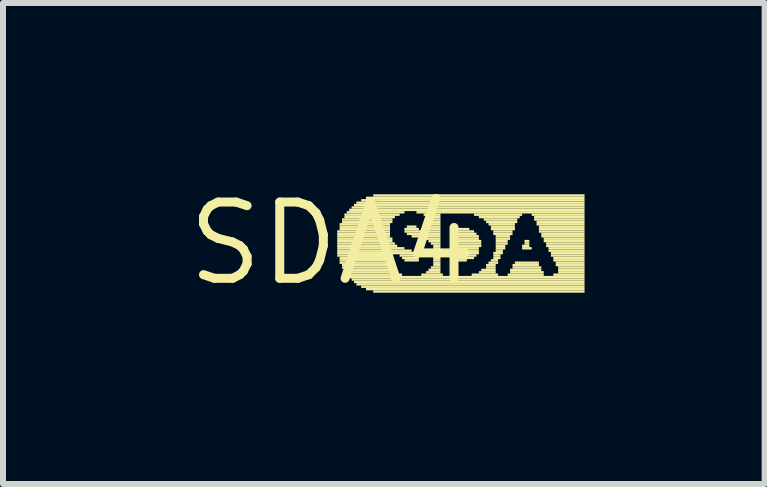
<source format=kicad_pcb>
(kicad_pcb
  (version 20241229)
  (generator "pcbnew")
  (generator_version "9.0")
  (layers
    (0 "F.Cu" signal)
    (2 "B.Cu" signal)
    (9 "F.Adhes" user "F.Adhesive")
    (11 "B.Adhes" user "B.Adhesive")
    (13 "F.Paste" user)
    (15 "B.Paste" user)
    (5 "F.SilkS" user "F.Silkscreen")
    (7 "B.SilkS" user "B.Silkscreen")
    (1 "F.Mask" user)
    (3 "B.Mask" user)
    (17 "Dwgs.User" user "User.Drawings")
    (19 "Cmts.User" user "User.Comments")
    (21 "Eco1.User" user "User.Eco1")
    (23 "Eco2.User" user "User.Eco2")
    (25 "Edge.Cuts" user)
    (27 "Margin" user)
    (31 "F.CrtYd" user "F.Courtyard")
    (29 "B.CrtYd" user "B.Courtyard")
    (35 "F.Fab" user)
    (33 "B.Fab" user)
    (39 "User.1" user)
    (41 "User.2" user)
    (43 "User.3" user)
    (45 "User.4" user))
  (footprint "SDA4"
    (layer "F.Cu")
    (at 2.487 1.006)
    (property "Reference" "SDA4" (at 0 0 0) (layer "F.SilkS") (effects (font (size 1.27 1.27) (thickness 0.15))))
    (attr through_hole)
    (fp_poly (pts (xy 0.08 -0.18) (xy 0.96 -0.18) (xy 0.96 -0.22) (xy 0.08 -0.22)) (stroke (width 0) (type solid)) (fill yes) (layer "F.SilkS"))
    (fp_poly (pts (xy 0.08 -0.14) (xy 0.96 -0.14) (xy 0.96 -0.18) (xy 0.08 -0.18)) (stroke (width 0) (type solid)) (fill yes) (layer "F.SilkS"))
    (fp_poly (pts (xy 0.08 -0.1) (xy 0.96 -0.1) (xy 0.96 -0.14) (xy 0.08 -0.14)) (stroke (width 0) (type solid)) (fill yes) (layer "F.SilkS"))
    (fp_poly (pts (xy 0.08 -0.06) (xy 1 -0.06) (xy 1 -0.1) (xy 0.08 -0.1)) (stroke (width 0) (type solid)) (fill yes) (layer "F.SilkS"))
    (fp_poly (pts (xy 0.08 -0.02) (xy 1 -0.02) (xy 1 -0.06) (xy 0.08 -0.06)) (stroke (width 0) (type solid)) (fill yes) (layer "F.SilkS"))
    (fp_poly (pts (xy 0.08 0.02) (xy 1.04 0.02) (xy 1.04 -0.02) (xy 0.08 -0.02)) (stroke (width 0) (type solid)) (fill yes) (layer "F.SilkS"))
    (fp_poly (pts (xy 0.08 0.06) (xy 1.08 0.06) (xy 1.08 0.02) (xy 0.08 0.02)) (stroke (width 0) (type solid)) (fill yes) (layer "F.SilkS"))
    (fp_poly (pts (xy 0.08 0.1) (xy 1.2 0.1) (xy 1.2 0.06) (xy 0.08 0.06)) (stroke (width 0) (type solid)) (fill yes) (layer "F.SilkS"))
    (fp_poly (pts (xy 0.08 0.14) (xy 1.32 0.14) (xy 1.32 0.1) (xy 0.08 0.1)) (stroke (width 0) (type solid)) (fill yes) (layer "F.SilkS"))
    (fp_poly (pts (xy 0.08 0.18) (xy 1.44 0.18) (xy 1.44 0.14) (xy 0.08 0.14)) (stroke (width 0) (type solid)) (fill yes) (layer "F.SilkS"))
    (fp_poly (pts (xy 0.08 0.22) (xy 1 0.22) (xy 1 0.18) (xy 0.08 0.18)) (stroke (width 0) (type solid)) (fill yes) (layer "F.SilkS"))
    (fp_poly (pts (xy 0.12 -0.3) (xy 0.96 -0.3) (xy 0.96 -0.34) (xy 0.12 -0.34)) (stroke (width 0) (type solid)) (fill yes) (layer "F.SilkS"))
    (fp_poly (pts (xy 0.12 -0.26) (xy 0.96 -0.26) (xy 0.96 -0.3) (xy 0.12 -0.3)) (stroke (width 0) (type solid)) (fill yes) (layer "F.SilkS"))
    (fp_poly (pts (xy 0.12 -0.22) (xy 0.96 -0.22) (xy 0.96 -0.26) (xy 0.12 -0.26)) (stroke (width 0) (type solid)) (fill yes) (layer "F.SilkS"))
    (fp_poly (pts (xy 0.12 0.26) (xy 0.96 0.26) (xy 0.96 0.22) (xy 0.12 0.22)) (stroke (width 0) (type solid)) (fill yes) (layer "F.SilkS"))
    (fp_poly (pts (xy 0.12 0.3) (xy 0.96 0.3) (xy 0.96 0.26) (xy 0.12 0.26)) (stroke (width 0) (type solid)) (fill yes) (layer "F.SilkS"))
    (fp_poly (pts (xy 0.12 0.34) (xy 0.96 0.34) (xy 0.96 0.3) (xy 0.12 0.3)) (stroke (width 0) (type solid)) (fill yes) (layer "F.SilkS"))
    (fp_poly (pts (xy 0.16 -0.38) (xy 1 -0.38) (xy 1 -0.42) (xy 0.16 -0.42)) (stroke (width 0) (type solid)) (fill yes) (layer "F.SilkS"))
    (fp_poly (pts (xy 0.16 -0.34) (xy 1 -0.34) (xy 1 -0.38) (xy 0.16 -0.38)) (stroke (width 0) (type solid)) (fill yes) (layer "F.SilkS"))
    (fp_poly (pts (xy 0.16 0.38) (xy 0.96 0.38) (xy 0.96 0.34) (xy 0.16 0.34)) (stroke (width 0) (type solid)) (fill yes) (layer "F.SilkS"))
    (fp_poly (pts (xy 0.16 0.42) (xy 1 0.42) (xy 1 0.38) (xy 0.16 0.38)) (stroke (width 0) (type solid)) (fill yes) (layer "F.SilkS"))
    (fp_poly (pts (xy 0.2 -0.46) (xy 1.12 -0.46) (xy 1.12 -0.5) (xy 0.2 -0.5)) (stroke (width 0) (type solid)) (fill yes) (layer "F.SilkS"))
    (fp_poly (pts (xy 0.2 -0.42) (xy 1.04 -0.42) (xy 1.04 -0.46) (xy 0.2 -0.46)) (stroke (width 0) (type solid)) (fill yes) (layer "F.SilkS"))
    (fp_poly (pts (xy 0.2 0.46) (xy 1 0.46) (xy 1 0.42) (xy 0.2 0.42)) (stroke (width 0) (type solid)) (fill yes) (layer "F.SilkS"))
    (fp_poly (pts (xy 0.2 0.5) (xy 1.08 0.5) (xy 1.08 0.46) (xy 0.2 0.46)) (stroke (width 0) (type solid)) (fill yes) (layer "F.SilkS"))
    (fp_poly (pts (xy 0.24 -0.5) (xy 1.2 -0.5) (xy 1.2 -0.54) (xy 0.24 -0.54)) (stroke (width 0) (type solid)) (fill yes) (layer "F.SilkS"))
    (fp_poly (pts (xy 0.24 0.54) (xy 1.16 0.54) (xy 1.16 0.5) (xy 0.24 0.5)) (stroke (width 0) (type solid)) (fill yes) (layer "F.SilkS"))
    (fp_poly (pts (xy 0.28 -0.54) (xy 4.2 -0.54) (xy 4.2 -0.58) (xy 0.28 -0.58)) (stroke (width 0) (type solid)) (fill yes) (layer "F.SilkS"))
    (fp_poly (pts (xy 0.28 0.58) (xy 4.2 0.58) (xy 4.2 0.54) (xy 0.28 0.54)) (stroke (width 0) (type solid)) (fill yes) (layer "F.SilkS"))
    (fp_poly (pts (xy 0.32 -0.58) (xy 4.2 -0.58) (xy 4.2 -0.62) (xy 0.32 -0.62)) (stroke (width 0) (type solid)) (fill yes) (layer "F.SilkS"))
    (fp_poly (pts (xy 0.32 0.62) (xy 4.2 0.62) (xy 4.2 0.58) (xy 0.32 0.58)) (stroke (width 0) (type solid)) (fill yes) (layer "F.SilkS"))
    (fp_poly (pts (xy 0.36 -0.62) (xy 4.2 -0.62) (xy 4.2 -0.66) (xy 0.36 -0.66)) (stroke (width 0) (type solid)) (fill yes) (layer "F.SilkS"))
    (fp_poly (pts (xy 0.36 0.66) (xy 4.2 0.66) (xy 4.2 0.62) (xy 0.36 0.62)) (stroke (width 0) (type solid)) (fill yes) (layer "F.SilkS"))
    (fp_poly (pts (xy 0.4 -0.66) (xy 4.2 -0.66) (xy 4.2 -0.7) (xy 0.4 -0.7)) (stroke (width 0) (type solid)) (fill yes) (layer "F.SilkS"))
    (fp_poly (pts (xy 0.4 0.7) (xy 4.2 0.7) (xy 4.2 0.66) (xy 0.4 0.66)) (stroke (width 0) (type solid)) (fill yes) (layer "F.SilkS"))
    (fp_poly (pts (xy 0.48 -0.7) (xy 4.2 -0.7) (xy 4.2 -0.74) (xy 0.48 -0.74)) (stroke (width 0) (type solid)) (fill yes) (layer "F.SilkS"))
    (fp_poly (pts (xy 0.48 0.74) (xy 4.2 0.74) (xy 4.2 0.7) (xy 0.48 0.7)) (stroke (width 0) (type solid)) (fill yes) (layer "F.SilkS"))
    (fp_poly (pts (xy 0.56 -0.74) (xy 4.2 -0.74) (xy 4.2 -0.78) (xy 0.56 -0.78)) (stroke (width 0) (type solid)) (fill yes) (layer "F.SilkS"))
    (fp_poly (pts (xy 0.56 0.78) (xy 4.2 0.78) (xy 4.2 0.74) (xy 0.56 0.74)) (stroke (width 0) (type solid)) (fill yes) (layer "F.SilkS"))
    (fp_poly (pts (xy 0.68 -0.78) (xy 4.2 -0.78) (xy 4.2 -0.82) (xy 0.68 -0.82)) (stroke (width 0) (type solid)) (fill yes) (layer "F.SilkS"))
    (fp_poly (pts (xy 0.68 0.82) (xy 4.2 0.82) (xy 4.2 0.78) (xy 0.68 0.78)) (stroke (width 0) (type solid)) (fill yes) (layer "F.SilkS"))
    (fp_poly (pts (xy 1.12 0.22) (xy 1.44 0.22) (xy 1.44 0.18) (xy 1.12 0.18)) (stroke (width 0) (type solid)) (fill yes) (layer "F.SilkS"))
    (fp_poly (pts (xy 1.16 0.26) (xy 1.44 0.26) (xy 1.44 0.22) (xy 1.16 0.22)) (stroke (width 0) (type solid)) (fill yes) (layer "F.SilkS"))
    (fp_poly (pts (xy 1.2 -0.22) (xy 1.44 -0.22) (xy 1.44 -0.26) (xy 1.2 -0.26)) (stroke (width 0) (type solid)) (fill yes) (layer "F.SilkS"))
    (fp_poly (pts (xy 1.2 -0.18) (xy 1.8 -0.18) (xy 1.8 -0.22) (xy 1.2 -0.22)) (stroke (width 0) (type solid)) (fill yes) (layer "F.SilkS"))
    (fp_poly (pts (xy 1.2 0.3) (xy 1.44 0.3) (xy 1.44 0.26) (xy 1.2 0.26)) (stroke (width 0) (type solid)) (fill yes) (layer "F.SilkS"))
    (fp_poly (pts (xy 1.24 -0.26) (xy 1.4 -0.26) (xy 1.4 -0.3) (xy 1.24 -0.3)) (stroke (width 0) (type solid)) (fill yes) (layer "F.SilkS"))
    (fp_poly (pts (xy 1.24 -0.14) (xy 1.8 -0.14) (xy 1.8 -0.18) (xy 1.24 -0.18)) (stroke (width 0) (type solid)) (fill yes) (layer "F.SilkS"))
    (fp_poly (pts (xy 1.32 -0.1) (xy 1.8 -0.1) (xy 1.8 -0.14) (xy 1.32 -0.14)) (stroke (width 0) (type solid)) (fill yes) (layer "F.SilkS"))
    (fp_poly (pts (xy 1.4 -0.5) (xy 4.2 -0.5) (xy 4.2 -0.54) (xy 1.4 -0.54)) (stroke (width 0) (type solid)) (fill yes) (layer "F.SilkS"))
    (fp_poly (pts (xy 1.48 -0.06) (xy 1.8 -0.06) (xy 1.8 -0.1) (xy 1.48 -0.1)) (stroke (width 0) (type solid)) (fill yes) (layer "F.SilkS"))
    (fp_poly (pts (xy 1.48 0.54) (xy 1.84 0.54) (xy 1.84 0.5) (xy 1.48 0.5)) (stroke (width 0) (type solid)) (fill yes) (layer "F.SilkS"))
    (fp_poly (pts (xy 1.52 -0.46) (xy 1.8 -0.46) (xy 1.8 -0.5) (xy 1.52 -0.5)) (stroke (width 0) (type solid)) (fill yes) (layer "F.SilkS"))
    (fp_poly (pts (xy 1.56 -0.22) (xy 1.8 -0.22) (xy 1.8 -0.26) (xy 1.56 -0.26)) (stroke (width 0) (type solid)) (fill yes) (layer "F.SilkS"))
    (fp_poly (pts (xy 1.56 0.5) (xy 1.8 0.5) (xy 1.8 0.46) (xy 1.56 0.46)) (stroke (width 0) (type solid)) (fill yes) (layer "F.SilkS"))
    (fp_poly (pts (xy 1.6 -0.42) (xy 1.8 -0.42) (xy 1.8 -0.46) (xy 1.6 -0.46)) (stroke (width 0) (type solid)) (fill yes) (layer "F.SilkS"))
    (fp_poly (pts (xy 1.6 -0.26) (xy 1.8 -0.26) (xy 1.8 -0.3) (xy 1.6 -0.3)) (stroke (width 0) (type solid)) (fill yes) (layer "F.SilkS"))
    (fp_poly (pts (xy 1.6 -0.02) (xy 1.8 -0.02) (xy 1.8 -0.06) (xy 1.6 -0.06)) (stroke (width 0) (type solid)) (fill yes) (layer "F.SilkS"))
    (fp_poly (pts (xy 1.6 0.46) (xy 1.8 0.46) (xy 1.8 0.42) (xy 1.6 0.42)) (stroke (width 0) (type solid)) (fill yes) (layer "F.SilkS"))
    (fp_poly (pts (xy 1.64 -0.38) (xy 1.8 -0.38) (xy 1.8 -0.42) (xy 1.64 -0.42)) (stroke (width 0) (type solid)) (fill yes) (layer "F.SilkS"))
    (fp_poly (pts (xy 1.64 -0.34) (xy 1.8 -0.34) (xy 1.8 -0.38) (xy 1.64 -0.38)) (stroke (width 0) (type solid)) (fill yes) (layer "F.SilkS"))
    (fp_poly (pts (xy 1.64 -0.3) (xy 1.8 -0.3) (xy 1.8 -0.34) (xy 1.64 -0.34)) (stroke (width 0) (type solid)) (fill yes) (layer "F.SilkS"))
    (fp_poly (pts (xy 1.64 0.02) (xy 1.8 0.02) (xy 1.8 -0.02) (xy 1.64 -0.02)) (stroke (width 0) (type solid)) (fill yes) (layer "F.SilkS"))
    (fp_poly (pts (xy 1.64 0.42) (xy 1.8 0.42) (xy 1.8 0.38) (xy 1.64 0.38)) (stroke (width 0) (type solid)) (fill yes) (layer "F.SilkS"))
    (fp_poly (pts (xy 1.68 0.06) (xy 1.8 0.06) (xy 1.8 0.02) (xy 1.68 0.02)) (stroke (width 0) (type solid)) (fill yes) (layer "F.SilkS"))
    (fp_poly (pts (xy 1.68 0.1) (xy 1.8 0.1) (xy 1.8 0.06) (xy 1.68 0.06)) (stroke (width 0) (type solid)) (fill yes) (layer "F.SilkS"))
    (fp_poly (pts (xy 1.68 0.14) (xy 1.8 0.14) (xy 1.8 0.1) (xy 1.68 0.1)) (stroke (width 0) (type solid)) (fill yes) (layer "F.SilkS"))
    (fp_poly (pts (xy 1.68 0.18) (xy 1.8 0.18) (xy 1.8 0.14) (xy 1.68 0.14)) (stroke (width 0) (type solid)) (fill yes) (layer "F.SilkS"))
    (fp_poly (pts (xy 1.68 0.26) (xy 1.8 0.26) (xy 1.8 0.22) (xy 1.68 0.22)) (stroke (width 0) (type solid)) (fill yes) (layer "F.SilkS"))
    (fp_poly (pts (xy 1.68 0.3) (xy 1.8 0.3) (xy 1.8 0.26) (xy 1.68 0.26)) (stroke (width 0) (type solid)) (fill yes) (layer "F.SilkS"))
    (fp_poly (pts (xy 1.68 0.34) (xy 1.8 0.34) (xy 1.8 0.3) (xy 1.68 0.3)) (stroke (width 0) (type solid)) (fill yes) (layer "F.SilkS"))
    (fp_poly (pts (xy 1.68 0.38) (xy 1.8 0.38) (xy 1.8 0.34) (xy 1.68 0.34)) (stroke (width 0) (type solid)) (fill yes) (layer "F.SilkS"))
    (fp_poly (pts (xy 1.72 0.22) (xy 1.8 0.22) (xy 1.8 0.18) (xy 1.72 0.18)) (stroke (width 0) (type solid)) (fill yes) (layer "F.SilkS"))
    (fp_poly (pts (xy 2.04 -0.22) (xy 2.28 -0.22) (xy 2.28 -0.26) (xy 2.04 -0.26)) (stroke (width 0) (type solid)) (fill yes) (layer "F.SilkS"))
    (fp_poly (pts (xy 2.04 -0.18) (xy 2.36 -0.18) (xy 2.36 -0.22) (xy 2.04 -0.22)) (stroke (width 0) (type solid)) (fill yes) (layer "F.SilkS"))
    (fp_poly (pts (xy 2.04 -0.14) (xy 2.4 -0.14) (xy 2.4 -0.18) (xy 2.04 -0.18)) (stroke (width 0) (type solid)) (fill yes) (layer "F.SilkS"))
    (fp_poly (pts (xy 2.04 -0.1) (xy 2.44 -0.1) (xy 2.44 -0.14) (xy 2.04 -0.14)) (stroke (width 0) (type solid)) (fill yes) (layer "F.SilkS"))
    (fp_poly (pts (xy 2.04 -0.06) (xy 2.44 -0.06) (xy 2.44 -0.1) (xy 2.04 -0.1)) (stroke (width 0) (type solid)) (fill yes) (layer "F.SilkS"))
    (fp_poly (pts (xy 2.04 -0.02) (xy 2.48 -0.02) (xy 2.48 -0.06) (xy 2.04 -0.06)) (stroke (width 0) (type solid)) (fill yes) (layer "F.SilkS"))
    (fp_poly (pts (xy 2.04 0.02) (xy 2.48 0.02) (xy 2.48 -0.02) (xy 2.04 -0.02)) (stroke (width 0) (type solid)) (fill yes) (layer "F.SilkS"))
    (fp_poly (pts (xy 2.04 0.06) (xy 2.48 0.06) (xy 2.48 0.02) (xy 2.04 0.02)) (stroke (width 0) (type solid)) (fill yes) (layer "F.SilkS"))
    (fp_poly (pts (xy 2.04 0.1) (xy 2.44 0.1) (xy 2.44 0.06) (xy 2.04 0.06)) (stroke (width 0) (type solid)) (fill yes) (layer "F.SilkS"))
    (fp_poly (pts (xy 2.04 0.14) (xy 2.44 0.14) (xy 2.44 0.1) (xy 2.04 0.1)) (stroke (width 0) (type solid)) (fill yes) (layer "F.SilkS"))
    (fp_poly (pts (xy 2.04 0.18) (xy 2.44 0.18) (xy 2.44 0.14) (xy 2.04 0.14)) (stroke (width 0) (type solid)) (fill yes) (layer "F.SilkS"))
    (fp_poly (pts (xy 2.04 0.22) (xy 2.4 0.22) (xy 2.4 0.18) (xy 2.04 0.18)) (stroke (width 0) (type solid)) (fill yes) (layer "F.SilkS"))
    (fp_poly (pts (xy 2.04 0.26) (xy 2.36 0.26) (xy 2.36 0.22) (xy 2.04 0.22)) (stroke (width 0) (type solid)) (fill yes) (layer "F.SilkS"))
    (fp_poly (pts (xy 2.08 0.3) (xy 2.24 0.3) (xy 2.24 0.26) (xy 2.08 0.26)) (stroke (width 0) (type solid)) (fill yes) (layer "F.SilkS"))
    (fp_poly (pts (xy 2.32 0.54) (xy 2.76 0.54) (xy 2.76 0.5) (xy 2.32 0.5)) (stroke (width 0) (type solid)) (fill yes) (layer "F.SilkS"))
    (fp_poly (pts (xy 2.36 -0.46) (xy 3.16 -0.46) (xy 3.16 -0.5) (xy 2.36 -0.5)) (stroke (width 0) (type solid)) (fill yes) (layer "F.SilkS"))
    (fp_poly (pts (xy 2.44 -0.42) (xy 3.12 -0.42) (xy 3.12 -0.46) (xy 2.44 -0.46)) (stroke (width 0) (type solid)) (fill yes) (layer "F.SilkS"))
    (fp_poly (pts (xy 2.44 0.5) (xy 2.72 0.5) (xy 2.72 0.46) (xy 2.44 0.46)) (stroke (width 0) (type solid)) (fill yes) (layer "F.SilkS"))
    (fp_poly (pts (xy 2.48 0.46) (xy 2.72 0.46) (xy 2.72 0.42) (xy 2.48 0.42)) (stroke (width 0) (type solid)) (fill yes) (layer "F.SilkS"))
    (fp_poly (pts (xy 2.52 -0.38) (xy 3.08 -0.38) (xy 3.08 -0.42) (xy 2.52 -0.42)) (stroke (width 0) (type solid)) (fill yes) (layer "F.SilkS"))
    (fp_poly (pts (xy 2.56 -0.34) (xy 3.08 -0.34) (xy 3.08 -0.38) (xy 2.56 -0.38)) (stroke (width 0) (type solid)) (fill yes) (layer "F.SilkS"))
    (fp_poly (pts (xy 2.56 0.38) (xy 2.72 0.38) (xy 2.72 0.34) (xy 2.56 0.34)) (stroke (width 0) (type solid)) (fill yes) (layer "F.SilkS"))
    (fp_poly (pts (xy 2.56 0.42) (xy 2.72 0.42) (xy 2.72 0.38) (xy 2.56 0.38)) (stroke (width 0) (type solid)) (fill yes) (layer "F.SilkS"))
    (fp_poly (pts (xy 2.6 -0.3) (xy 3.04 -0.3) (xy 3.04 -0.34) (xy 2.6 -0.34)) (stroke (width 0) (type solid)) (fill yes) (layer "F.SilkS"))
    (fp_poly (pts (xy 2.6 0.34) (xy 2.76 0.34) (xy 2.76 0.3) (xy 2.6 0.3)) (stroke (width 0) (type solid)) (fill yes) (layer "F.SilkS"))
    (fp_poly (pts (xy 2.64 -0.26) (xy 3.04 -0.26) (xy 3.04 -0.3) (xy 2.64 -0.3)) (stroke (width 0) (type solid)) (fill yes) (layer "F.SilkS"))
    (fp_poly (pts (xy 2.64 -0.22) (xy 3.04 -0.22) (xy 3.04 -0.26) (xy 2.64 -0.26)) (stroke (width 0) (type solid)) (fill yes) (layer "F.SilkS"))
    (fp_poly (pts (xy 2.64 0.3) (xy 2.76 0.3) (xy 2.76 0.26) (xy 2.64 0.26)) (stroke (width 0) (type solid)) (fill yes) (layer "F.SilkS"))
    (fp_poly (pts (xy 2.68 -0.18) (xy 3 -0.18) (xy 3 -0.22) (xy 2.68 -0.22)) (stroke (width 0) (type solid)) (fill yes) (layer "F.SilkS"))
    (fp_poly (pts (xy 2.68 -0.14) (xy 3 -0.14) (xy 3 -0.18) (xy 2.68 -0.18)) (stroke (width 0) (type solid)) (fill yes) (layer "F.SilkS"))
    (fp_poly (pts (xy 2.68 0.18) (xy 2.84 0.18) (xy 2.84 0.14) (xy 2.68 0.14)) (stroke (width 0) (type solid)) (fill yes) (layer "F.SilkS"))
    (fp_poly (pts (xy 2.68 0.22) (xy 2.8 0.22) (xy 2.8 0.18) (xy 2.68 0.18)) (stroke (width 0) (type solid)) (fill yes) (layer "F.SilkS"))
    (fp_poly (pts (xy 2.68 0.26) (xy 2.8 0.26) (xy 2.8 0.22) (xy 2.68 0.22)) (stroke (width 0) (type solid)) (fill yes) (layer "F.SilkS"))
    (fp_poly (pts (xy 2.72 -0.1) (xy 2.96 -0.1) (xy 2.96 -0.14) (xy 2.72 -0.14)) (stroke (width 0) (type solid)) (fill yes) (layer "F.SilkS"))
    (fp_poly (pts (xy 2.72 -0.06) (xy 2.96 -0.06) (xy 2.96 -0.1) (xy 2.72 -0.1)) (stroke (width 0) (type solid)) (fill yes) (layer "F.SilkS"))
    (fp_poly (pts (xy 2.72 -0.02) (xy 2.92 -0.02) (xy 2.92 -0.06) (xy 2.72 -0.06)) (stroke (width 0) (type solid)) (fill yes) (layer "F.SilkS"))
    (fp_poly (pts (xy 2.72 0.02) (xy 2.92 0.02) (xy 2.92 -0.02) (xy 2.72 -0.02)) (stroke (width 0) (type solid)) (fill yes) (layer "F.SilkS"))
    (fp_poly (pts (xy 2.72 0.06) (xy 2.88 0.06) (xy 2.88 0.02) (xy 2.72 0.02)) (stroke (width 0) (type solid)) (fill yes) (layer "F.SilkS"))
    (fp_poly (pts (xy 2.72 0.1) (xy 2.88 0.1) (xy 2.88 0.06) (xy 2.72 0.06)) (stroke (width 0) (type solid)) (fill yes) (layer "F.SilkS"))
    (fp_poly (pts (xy 2.72 0.14) (xy 2.84 0.14) (xy 2.84 0.1) (xy 2.72 0.1)) (stroke (width 0) (type solid)) (fill yes) (layer "F.SilkS"))
    (fp_poly (pts (xy 2.92 0.54) (xy 3.52 0.54) (xy 3.52 0.5) (xy 2.92 0.5)) (stroke (width 0) (type solid)) (fill yes) (layer "F.SilkS"))
    (fp_poly (pts (xy 2.96 0.46) (xy 3.48 0.46) (xy 3.48 0.42) (xy 2.96 0.42)) (stroke (width 0) (type solid)) (fill yes) (layer "F.SilkS"))
    (fp_poly (pts (xy 2.96 0.5) (xy 3.52 0.5) (xy 3.52 0.46) (xy 2.96 0.46)) (stroke (width 0) (type solid)) (fill yes) (layer "F.SilkS"))
    (fp_poly (pts (xy 3 0.38) (xy 3.44 0.38) (xy 3.44 0.34) (xy 3 0.34)) (stroke (width 0) (type solid)) (fill yes) (layer "F.SilkS"))
    (fp_poly (pts (xy 3 0.42) (xy 3.48 0.42) (xy 3.48 0.38) (xy 3 0.38)) (stroke (width 0) (type solid)) (fill yes) (layer "F.SilkS"))
    (fp_poly (pts (xy 3.04 0.34) (xy 3.44 0.34) (xy 3.44 0.3) (xy 3.04 0.3)) (stroke (width 0) (type solid)) (fill yes) (layer "F.SilkS"))
    (fp_poly (pts (xy 3.16 0.06) (xy 3.28 0.06) (xy 3.28 0.02) (xy 3.16 0.02)) (stroke (width 0) (type solid)) (fill yes) (layer "F.SilkS"))
    (fp_poly (pts (xy 3.16 0.1) (xy 3.32 0.1) (xy 3.32 0.06) (xy 3.16 0.06)) (stroke (width 0) (type solid)) (fill yes) (layer "F.SilkS"))
    (fp_poly (pts (xy 3.2 -0.02) (xy 3.28 -0.02) (xy 3.28 -0.06) (xy 3.2 -0.06)) (stroke (width 0) (type solid)) (fill yes) (layer "F.SilkS"))
    (fp_poly (pts (xy 3.2 0.02) (xy 3.28 0.02) (xy 3.28 -0.02) (xy 3.2 -0.02)) (stroke (width 0) (type solid)) (fill yes) (layer "F.SilkS"))
    (fp_poly (pts (xy 3.32 -0.46) (xy 4.2 -0.46) (xy 4.2 -0.5) (xy 3.32 -0.5)) (stroke (width 0) (type solid)) (fill yes) (layer "F.SilkS"))
    (fp_poly (pts (xy 3.36 -0.42) (xy 4.2 -0.42) (xy 4.2 -0.46) (xy 3.36 -0.46)) (stroke (width 0) (type solid)) (fill yes) (layer "F.SilkS"))
    (fp_poly (pts (xy 3.36 -0.38) (xy 4.2 -0.38) (xy 4.2 -0.42) (xy 3.36 -0.42)) (stroke (width 0) (type solid)) (fill yes) (layer "F.SilkS"))
    (fp_poly (pts (xy 3.4 -0.34) (xy 4.2 -0.34) (xy 4.2 -0.38) (xy 3.4 -0.38)) (stroke (width 0) (type solid)) (fill yes) (layer "F.SilkS"))
    (fp_poly (pts (xy 3.4 -0.3) (xy 4.2 -0.3) (xy 4.2 -0.34) (xy 3.4 -0.34)) (stroke (width 0) (type solid)) (fill yes) (layer "F.SilkS"))
    (fp_poly (pts (xy 3.44 -0.26) (xy 4.2 -0.26) (xy 4.2 -0.3) (xy 3.44 -0.3)) (stroke (width 0) (type solid)) (fill yes) (layer "F.SilkS"))
    (fp_poly (pts (xy 3.44 -0.22) (xy 4.2 -0.22) (xy 4.2 -0.26) (xy 3.44 -0.26)) (stroke (width 0) (type solid)) (fill yes) (layer "F.SilkS"))
    (fp_poly (pts (xy 3.44 -0.18) (xy 4.2 -0.18) (xy 4.2 -0.22) (xy 3.44 -0.22)) (stroke (width 0) (type solid)) (fill yes) (layer "F.SilkS"))
    (fp_poly (pts (xy 3.48 -0.14) (xy 4.2 -0.14) (xy 4.2 -0.18) (xy 3.48 -0.18)) (stroke (width 0) (type solid)) (fill yes) (layer "F.SilkS"))
    (fp_poly (pts (xy 3.48 -0.1) (xy 4.2 -0.1) (xy 4.2 -0.14) (xy 3.48 -0.14)) (stroke (width 0) (type solid)) (fill yes) (layer "F.SilkS"))
    (fp_poly (pts (xy 3.52 -0.06) (xy 4.2 -0.06) (xy 4.2 -0.1) (xy 3.52 -0.1)) (stroke (width 0) (type solid)) (fill yes) (layer "F.SilkS"))
    (fp_poly (pts (xy 3.52 -0.02) (xy 4.2 -0.02) (xy 4.2 -0.06) (xy 3.52 -0.06)) (stroke (width 0) (type solid)) (fill yes) (layer "F.SilkS"))
    (fp_poly (pts (xy 3.56 0.02) (xy 4.2 0.02) (xy 4.2 -0.02) (xy 3.56 -0.02)) (stroke (width 0) (type solid)) (fill yes) (layer "F.SilkS"))
    (fp_poly (pts (xy 3.56 0.06) (xy 4.2 0.06) (xy 4.2 0.02) (xy 3.56 0.02)) (stroke (width 0) (type solid)) (fill yes) (layer "F.SilkS"))
    (fp_poly (pts (xy 3.6 0.1) (xy 4.2 0.1) (xy 4.2 0.06) (xy 3.6 0.06)) (stroke (width 0) (type solid)) (fill yes) (layer "F.SilkS"))
    (fp_poly (pts (xy 3.6 0.14) (xy 4.2 0.14) (xy 4.2 0.1) (xy 3.6 0.1)) (stroke (width 0) (type solid)) (fill yes) (layer "F.SilkS"))
    (fp_poly (pts (xy 3.64 0.18) (xy 4.2 0.18) (xy 4.2 0.14) (xy 3.64 0.14)) (stroke (width 0) (type solid)) (fill yes) (layer "F.SilkS"))
    (fp_poly (pts (xy 3.64 0.22) (xy 4.2 0.22) (xy 4.2 0.18) (xy 3.64 0.18)) (stroke (width 0) (type solid)) (fill yes) (layer "F.SilkS"))
    (fp_poly (pts (xy 3.68 0.26) (xy 4.2 0.26) (xy 4.2 0.22) (xy 3.68 0.22)) (stroke (width 0) (type solid)) (fill yes) (layer "F.SilkS"))
    (fp_poly (pts (xy 3.68 0.3) (xy 4.2 0.3) (xy 4.2 0.26) (xy 3.68 0.26)) (stroke (width 0) (type solid)) (fill yes) (layer "F.SilkS"))
    (fp_poly (pts (xy 3.68 0.54) (xy 4.2 0.54) (xy 4.2 0.5) (xy 3.68 0.5)) (stroke (width 0) (type solid)) (fill yes) (layer "F.SilkS"))
    (fp_poly (pts (xy 3.72 0.34) (xy 4.2 0.34) (xy 4.2 0.3) (xy 3.72 0.3)) (stroke (width 0) (type solid)) (fill yes) (layer "F.SilkS"))
    (fp_poly (pts (xy 3.72 0.38) (xy 4.2 0.38) (xy 4.2 0.34) (xy 3.72 0.34)) (stroke (width 0) (type solid)) (fill yes) (layer "F.SilkS"))
    (fp_poly (pts (xy 3.76 0.42) (xy 4.2 0.42) (xy 4.2 0.38) (xy 3.76 0.38)) (stroke (width 0) (type solid)) (fill yes) (layer "F.SilkS"))
    (fp_poly (pts (xy 3.76 0.46) (xy 4.2 0.46) (xy 4.2 0.42) (xy 3.76 0.42)) (stroke (width 0) (type solid)) (fill yes) (layer "F.SilkS"))
    (fp_poly (pts (xy 3.76 0.5) (xy 4.2 0.5) (xy 4.2 0.46) (xy 3.76 0.46)) (stroke (width 0) (type solid)) (fill yes) (layer "F.SilkS")))
  (gr_rect
    (start -3 -3)
    (end 9.687 5.012)
    (stroke (width 0.1) (type default))
    (fill no)
    (layer "Edge.Cuts")))
</source>
